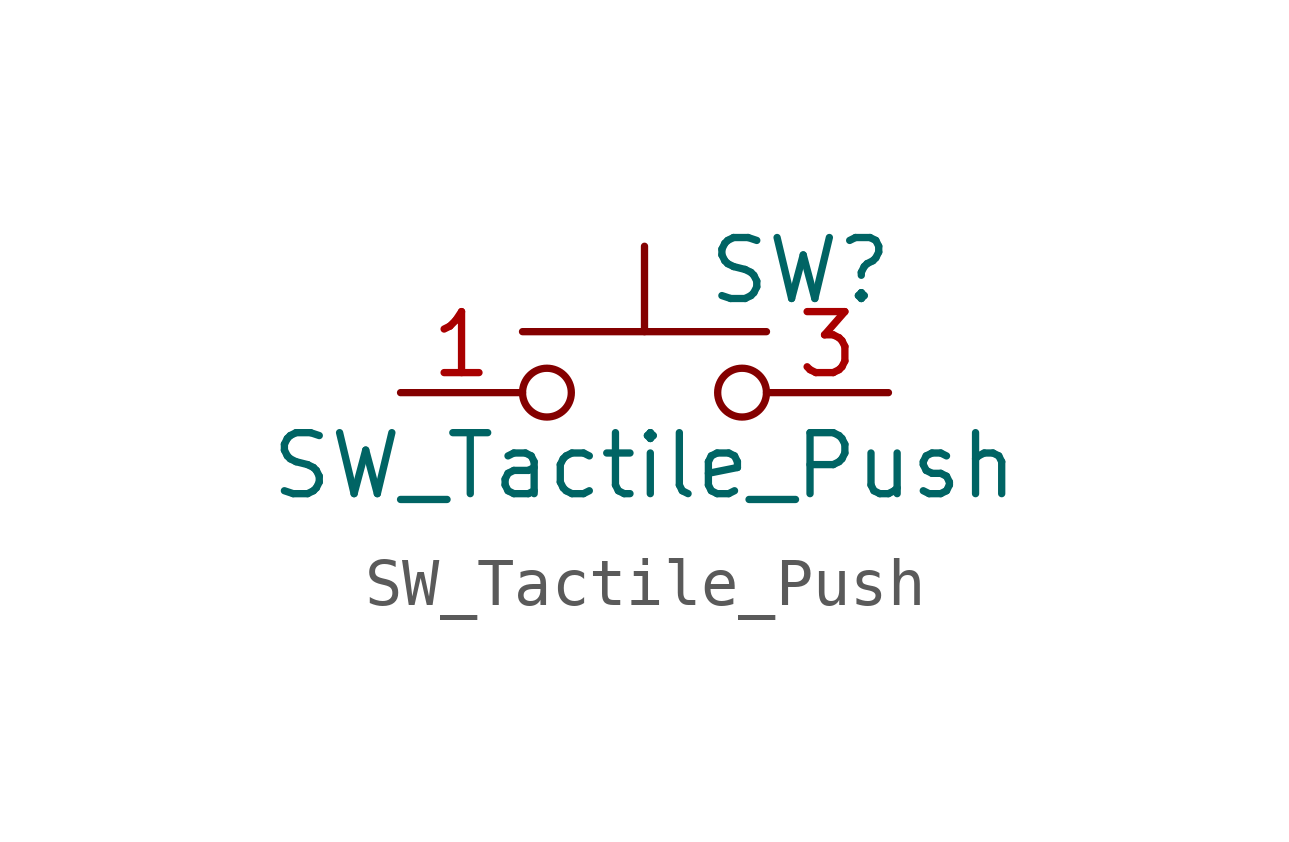
<source format=kicad_sym>
(kicad_symbol_lib
  (version 20211014)
  (generator kicad_symbol_editor)
  (symbol "SW_Tactile_Push"
    (pin_names
      (offset 1.016) hide)
    (property "Reference" "SW"
      (at 1.27 2.54 0)
      (effects (font (size 1.27 1.27)) (justify left)))
    (property "Value" "SW_Tactile_Push"
      (at 0 -1.524 0)
      (effects (font (size 1.27 1.27))))
    (symbol "SW_Tactile_Push_0_1"
      (circle (center -2.032 0) (radius 0.508) (stroke (width 0) (type default) (color 0 0 0 0)) (fill (type none)))
      (polyline (pts (xy 0 1.27) (xy 0 3.048)) (stroke (width 0) (type default) (color 0 0 0 0)) (fill (type none)))
      (polyline (pts (xy 2.54 1.27) (xy -2.54 1.27)) (stroke (width 0) (type default) (color 0 0 0 0)) (fill (type none)))
      (circle (center 2.032 0) (radius 0.508) (stroke (width 0) (type default) (color 0 0 0 0)) (fill (type none)))
      (pin passive line (at -5.08 0 0) (length 2.54) (name "1" (effects (font (size 1.27 1.27)))) (number "1" (effects (font (size 1.27 1.27)))))
      (pin passive line (at 5.08 0 180) (length 2.54) (name "3" (effects (font (size 1.27 1.27)))) (number "3" (effects (font (size 1.27 1.27))))))))
</source>
